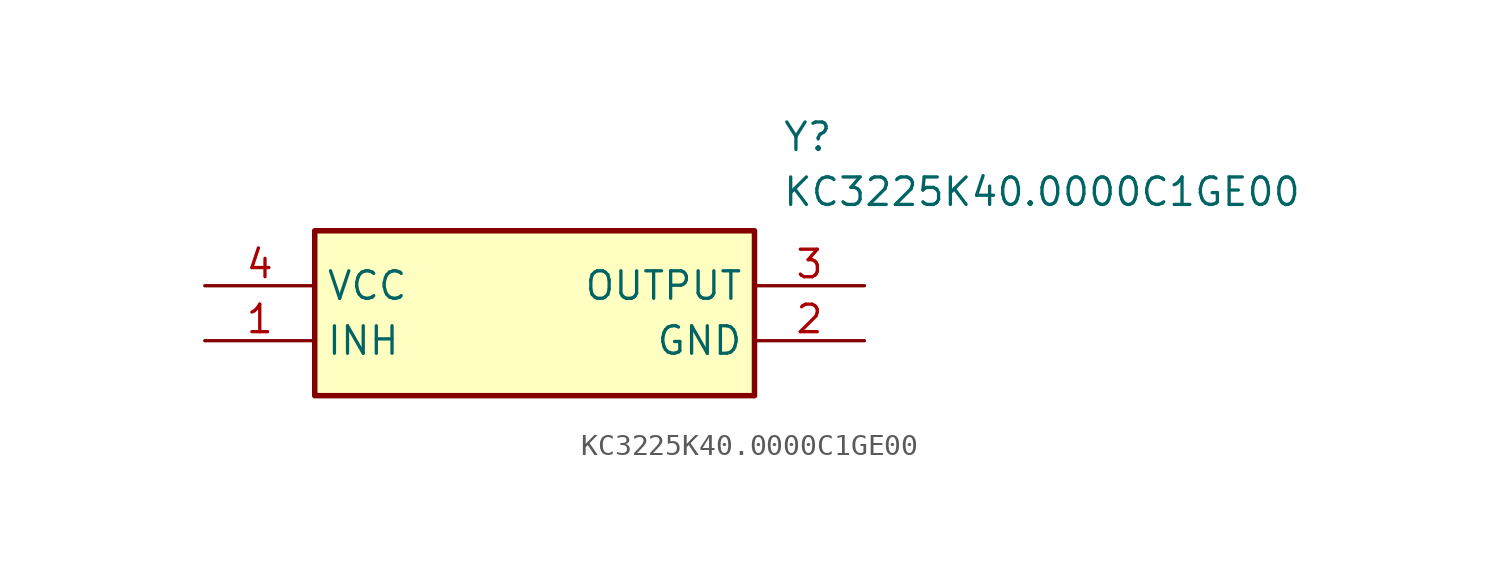
<source format=kicad_sym>
(kicad_symbol_lib
  (version 20211014)
  (generator SamacSys_ECAD_Model)
  (symbol "KC3225K40.0000C1GE00"
    (property "Reference" "Y"
      (at 26.67 7.62 0)
      (effects (font (size 1.27 1.27)) (justify left top)))
    (property "Value" "KC3225K40.0000C1GE00"
      (at 26.67 5.08 0)
      (effects (font (size 1.27 1.27)) (justify left top)))
    (rectangle
      (start 5.08 2.54)
      (end 25.4 -5.08)
      (stroke (width 0.254) (type default))
      (fill (type background)))
    (pin passive line
      (at 0 -2.54 0)
      (length 5.08)
      (name "INH" (effects (font (size 1.27 1.27))))
      (number "1" (effects (font (size 1.27 1.27)))))
    (pin passive line
      (at 30.48 -2.54 180)
      (length 5.08)
      (name "GND" (effects (font (size 1.27 1.27))))
      (number "2" (effects (font (size 1.27 1.27)))))
    (pin passive line
      (at 30.48 0 180)
      (length 5.08)
      (name "OUTPUT" (effects (font (size 1.27 1.27))))
      (number "3" (effects (font (size 1.27 1.27)))))
    (pin passive line
      (at 0 0 0)
      (length 5.08)
      (name "VCC" (effects (font (size 1.27 1.27))))
      (number "4" (effects (font (size 1.27 1.27)))))))
</source>
